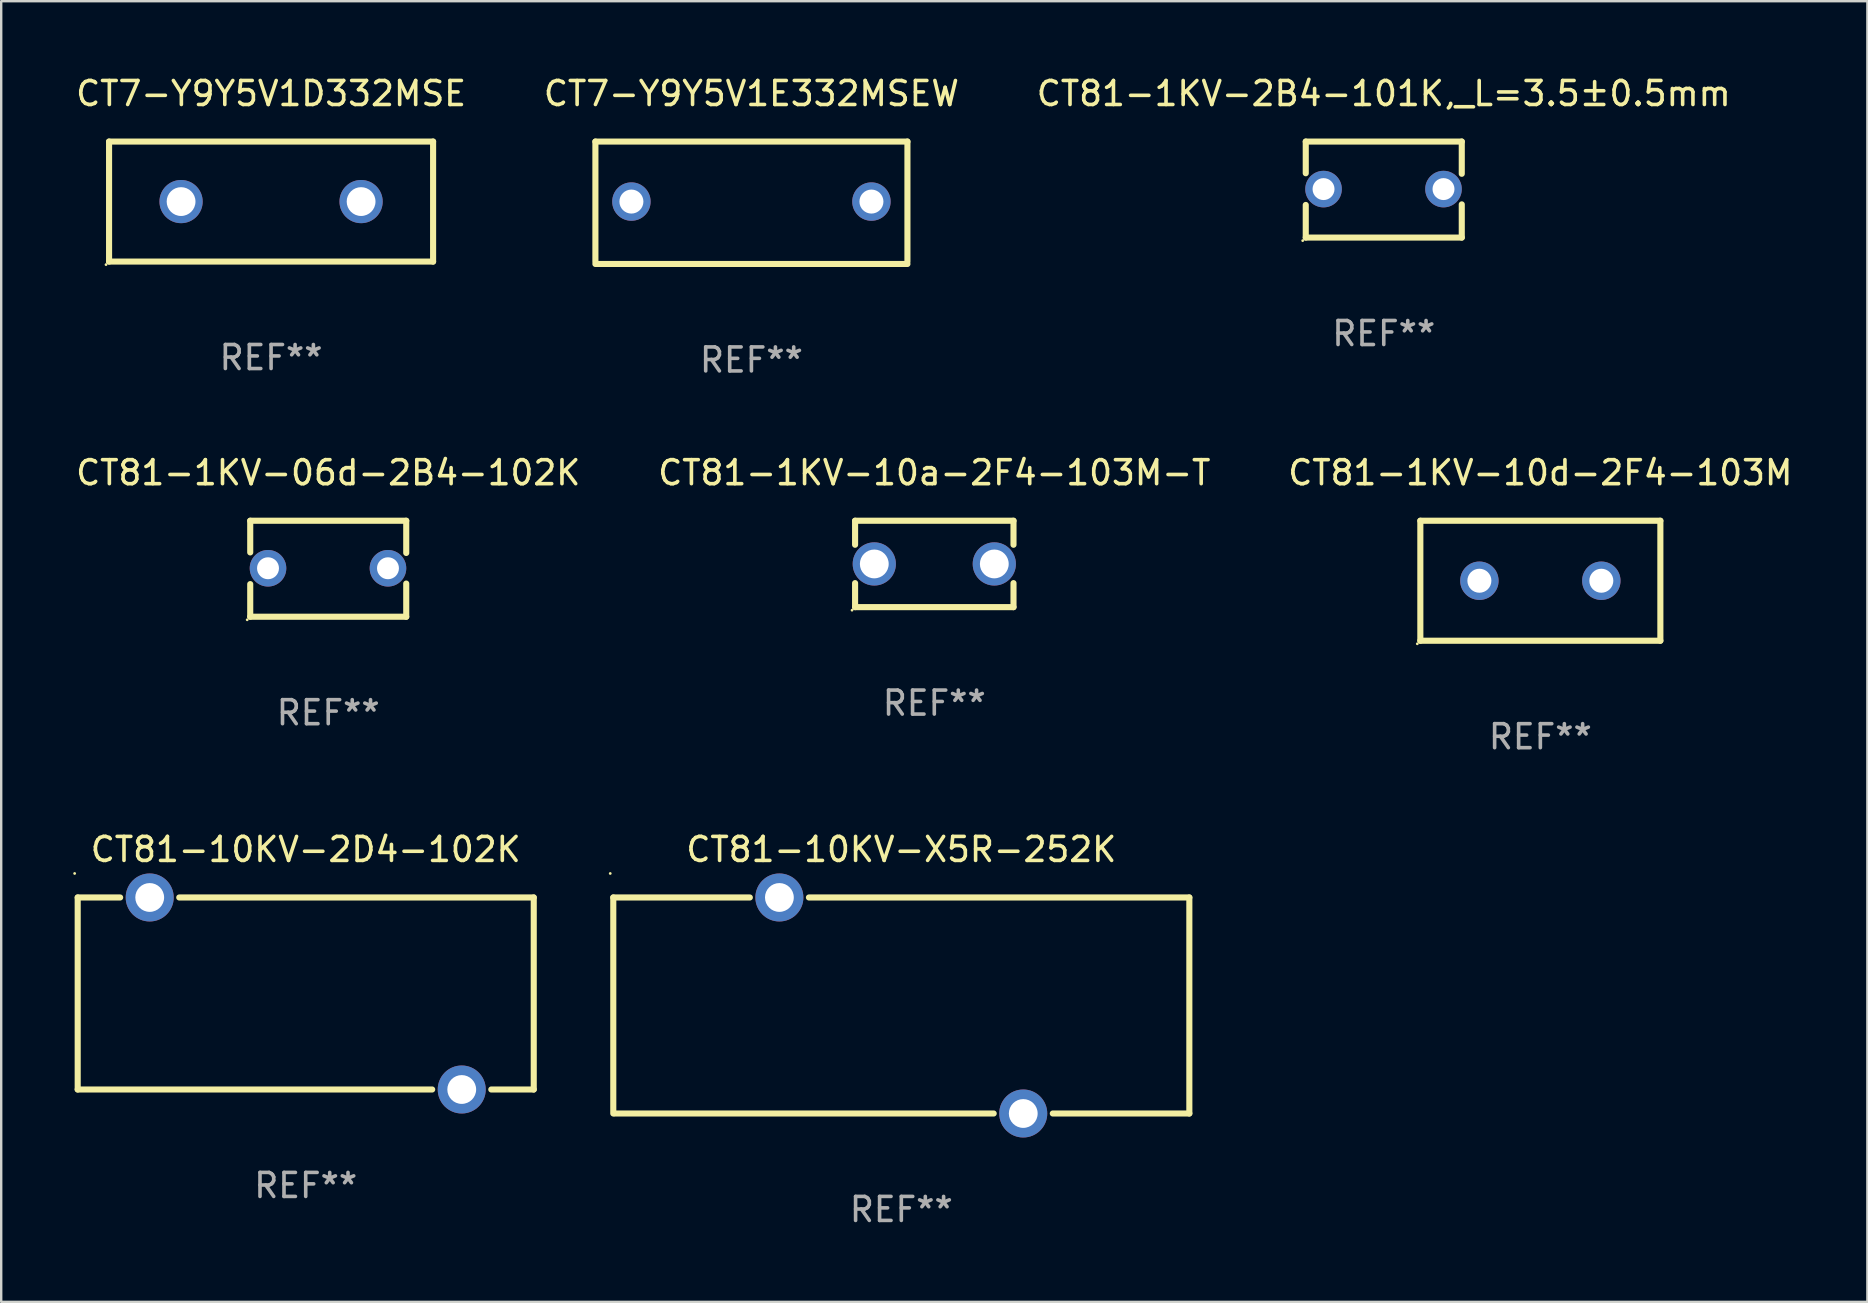
<source format=kicad_pcb>
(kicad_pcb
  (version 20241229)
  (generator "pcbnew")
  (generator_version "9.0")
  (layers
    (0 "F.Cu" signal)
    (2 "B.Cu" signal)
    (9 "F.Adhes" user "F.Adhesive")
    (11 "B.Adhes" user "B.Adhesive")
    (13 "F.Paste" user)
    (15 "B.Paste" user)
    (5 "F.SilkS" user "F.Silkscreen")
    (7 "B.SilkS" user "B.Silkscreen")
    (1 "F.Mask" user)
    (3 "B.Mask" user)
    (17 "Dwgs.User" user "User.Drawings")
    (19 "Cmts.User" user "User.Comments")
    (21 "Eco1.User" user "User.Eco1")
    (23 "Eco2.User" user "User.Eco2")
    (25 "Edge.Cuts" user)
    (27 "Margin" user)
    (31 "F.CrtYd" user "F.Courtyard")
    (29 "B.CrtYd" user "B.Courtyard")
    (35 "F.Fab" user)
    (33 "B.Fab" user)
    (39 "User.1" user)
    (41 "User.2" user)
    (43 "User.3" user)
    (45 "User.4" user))
  (footprint "CT81-10KV-X5R-252K"
    (layer "F.Cu")
    (at 34.501 38.841)
    (property "Reference" "CT81-10KV-X5R-252K" (at 0 -6.5 0) (layer "F.SilkS") (effects (font (size 1 1) (thickness 0.15))))
    (attr through_hole)
    (fp_line (start -12 -4.5) (end -6.311 -4.5) (stroke (width 0.254) (type solid)) (layer "F.SilkS"))
    (fp_line (start -12 4.5) (end -12 -4.5) (stroke (width 0.254) (type solid)) (layer "F.SilkS"))
    (fp_line (start -3.849 -4.5) (end 12 -4.5) (stroke (width 0.254) (type solid)) (layer "F.SilkS"))
    (fp_line (start 3.849 4.5) (end -11.938 4.5) (stroke (width 0.254) (type solid)) (layer "F.SilkS"))
    (fp_line (start 12 -4.5) (end 12 4.5) (stroke (width 0.254) (type solid)) (layer "F.SilkS"))
    (fp_line (start 12 4.5) (end 6.311 4.5) (stroke (width 0.254) (type solid)) (layer "F.SilkS"))
    (fp_circle (center -12.127 -5.5) (end -12.097 -5.5) (stroke (width 0.06) (type solid)) (fill no) (layer "F.SilkS"))
    (fp_text user "REF**" (at 0 8.5 0) (layer "F.Fab") (effects (font (size 1 1) (thickness 0.15))))
    (pad "1" thru_hole circle (at -5.08 -4.5) (size 2 2) (drill 1.2) (layers "*.Cu" "*.Mask"))
    (pad "2" thru_hole circle (at 5.08 4.5) (size 2 2) (drill 1.2) (layers "*.Cu" "*.Mask")))
  (footprint "CT7-Y9Y5V1D332MSE"
    (layer "F.Cu")
    (at 8.244 5.348)
    (property "Reference" "CT7-Y9Y5V1D332MSE" (at 0 -4.5 0) (layer "F.SilkS") (effects (font (size 1 1) (thickness 0.15))))
    (attr through_hole)
    (fp_line (start -6.75 -2.5) (end 6.75 -2.5) (stroke (width 0.254) (type solid)) (layer "F.SilkS"))
    (fp_line (start -6.75 2.5) (end -6.75 -2.5) (stroke (width 0.254) (type solid)) (layer "F.SilkS"))
    (fp_line (start 6.75 -2.5) (end 6.75 2.5) (stroke (width 0.254) (type solid)) (layer "F.SilkS"))
    (fp_line (start 6.75 2.5) (end -6.75 2.5) (stroke (width 0.254) (type solid)) (layer "F.SilkS"))
    (fp_circle (center -6.877 2.627) (end -6.847 2.627) (stroke (width 0.06) (type solid)) (fill no) (layer "F.SilkS"))
    (fp_text user "REF**" (at 0 6.5 0) (layer "F.Fab") (effects (font (size 1 1) (thickness 0.15))))
    (pad "1" thru_hole circle (at -3.75 0) (size 1.8 1.8) (drill 1.2) (layers "*.Cu" "*.Mask"))
    (pad "2" thru_hole circle (at 3.75 0) (size 1.8 1.8) (drill 1.2) (layers "*.Cu" "*.Mask")))
  (footprint "CT7-Y9Y5V1E332MSEW"
    (layer "F.Cu")
    (at 28.256 5.398)
    (property "Reference" "CT7-Y9Y5V1E332MSEW" (at 0 -4.55 0) (layer "F.SilkS") (effects (font (size 1 1) (thickness 0.15))))
    (attr through_hole)
    (fp_line (start -6.5 -2.55) (end 6.5 -2.55) (stroke (width 0.254) (type solid)) (layer "F.SilkS"))
    (fp_line (start -6.5 2.45) (end -6.5 -2.55) (stroke (width 0.254) (type solid)) (layer "F.SilkS"))
    (fp_line (start 6.5 -2.55) (end 6.5 2.45) (stroke (width 0.254) (type solid)) (layer "F.SilkS"))
    (fp_line (start 6.5 2.55) (end -6.5 2.55) (stroke (width 0.254) (type solid)) (layer "F.SilkS"))
    (fp_circle (center -6.5 2.45) (end -6.47 2.45) (stroke (width 0.06) (type solid)) (fill no) (layer "F.SilkS"))
    (fp_text user "REF**" (at 0 6.55 0) (layer "F.Fab") (effects (font (size 1 1) (thickness 0.15))))
    (pad "1" thru_hole circle (at -5 -0.05) (size 1.6 1.6) (drill 1) (layers "*.Cu" "*.Mask"))
    (pad "2" thru_hole circle (at 5 -0.05) (size 1.6 1.6) (drill 1) (layers "*.Cu" "*.Mask")))
  (footprint "CT81-1KV-2B4-101K,_L=3.5±0.5mm"
    (layer "F.Cu")
    (at 54.601 4.848)
    (property "Reference" "CT81-1KV-2B4-101K,_L=3.5±0.5mm" (at 0 -4 0) (layer "F.SilkS") (effects (font (size 1 1) (thickness 0.15))))
    (attr through_hole)
    (fp_line (start -3.25 -2) (end -3.25 -0.68) (stroke (width 0.254) (type solid)) (layer "F.SilkS"))
    (fp_line (start -3.25 -2) (end 3.25 -2) (stroke (width 0.254) (type solid)) (layer "F.SilkS"))
    (fp_line (start -3.25 0.64) (end -3.25 2) (stroke (width 0.254) (type solid)) (layer "F.SilkS"))
    (fp_line (start 3.25 -2) (end 3.25 -0.657) (stroke (width 0.254) (type solid)) (layer "F.SilkS"))
    (fp_line (start 3.25 0.617) (end 3.25 2) (stroke (width 0.254) (type solid)) (layer "F.SilkS"))
    (fp_line (start 3.25 2) (end -3.25 2) (stroke (width 0.254) (type solid)) (layer "F.SilkS"))
    (fp_circle (center -3.377 2.127) (end -3.347 2.127) (stroke (width 0.06) (type solid)) (fill no) (layer "F.SilkS"))
    (fp_text user "REF**" (at 0 6 0) (layer "F.Fab") (effects (font (size 1 1) (thickness 0.15))))
    (pad "1" thru_hole circle (at -2.509 -0.02) (size 1.524 1.524) (drill 0.914) (layers "*.Cu" "*.Mask"))
    (pad "2" thru_hole circle (at 2.489 -0.02) (size 1.524 1.524) (drill 0.914) (layers "*.Cu" "*.Mask")))
  (footprint "CT81-1KV-10d-2F4-103M"
    (layer "F.Cu")
    (at 61.125 21.145)
    (property "Reference" "CT81-1KV-10d-2F4-103M" (at 0 -4.5 0) (layer "F.SilkS") (effects (font (size 1 1) (thickness 0.15))))
    (attr through_hole)
    (fp_line (start -5 -2.5) (end -5 2.5) (stroke (width 0.254) (type solid)) (layer "F.SilkS"))
    (fp_line (start -5 -2.5) (end 5 -2.5) (stroke (width 0.254) (type solid)) (layer "F.SilkS"))
    (fp_line (start -5 2.5) (end 5 2.5) (stroke (width 0.254) (type solid)) (layer "F.SilkS"))
    (fp_line (start 5 -2.5) (end 5 2.5) (stroke (width 0.254) (type solid)) (layer "F.SilkS"))
    (fp_circle (center -5.127 2.627) (end -5.097 2.627) (stroke (width 0.06) (type solid)) (fill no) (layer "F.SilkS"))
    (fp_text user "REF**" (at 0 6.5 0) (layer "F.Fab") (effects (font (size 1 1) (thickness 0.15))))
    (pad "1" thru_hole circle (at -2.54 0) (size 1.6 1.6) (drill 1) (layers "*.Cu" "*.Mask"))
    (pad "2" thru_hole circle (at 2.54 0) (size 1.6 1.6) (drill 1) (layers "*.Cu" "*.Mask")))
  (footprint "CT81-1KV-06d-2B4-102K"
    (layer "F.Cu")
    (at 10.625 20.645)
    (property "Reference" "CT81-1KV-06d-2B4-102K" (at 0 -4 0) (layer "F.SilkS") (effects (font (size 1 1) (thickness 0.15))))
    (attr through_hole)
    (fp_line (start -3.25 -2) (end -3.25 -0.68) (stroke (width 0.254) (type solid)) (layer "F.SilkS"))
    (fp_line (start -3.25 -2) (end 3.25 -2) (stroke (width 0.254) (type solid)) (layer "F.SilkS"))
    (fp_line (start -3.25 0.64) (end -3.25 2) (stroke (width 0.254) (type solid)) (layer "F.SilkS"))
    (fp_line (start 3.25 -2) (end 3.25 -0.657) (stroke (width 0.254) (type solid)) (layer "F.SilkS"))
    (fp_line (start 3.25 0.617) (end 3.25 2) (stroke (width 0.254) (type solid)) (layer "F.SilkS"))
    (fp_line (start 3.25 2) (end -3.25 2) (stroke (width 0.254) (type solid)) (layer "F.SilkS"))
    (fp_circle (center -3.377 2.127) (end -3.347 2.127) (stroke (width 0.06) (type solid)) (fill no) (layer "F.SilkS"))
    (fp_text user "REF**" (at 0 6 0) (layer "F.Fab") (effects (font (size 1 1) (thickness 0.15))))
    (pad "1" thru_hole circle (at -2.509 -0.02) (size 1.524 1.524) (drill 0.914) (layers "*.Cu" "*.Mask"))
    (pad "2" thru_hole circle (at 2.489 -0.02) (size 1.524 1.524) (drill 0.914) (layers "*.Cu" "*.Mask")))
  (footprint "CT81-1KV-10a-2F4-103M-T"
    (layer "F.Cu")
    (at 35.875 20.445)
    (property "Reference" "CT81-1KV-10a-2F4-103M-T" (at 0 -3.8 0) (layer "F.SilkS") (effects (font (size 1 1) (thickness 0.15))))
    (attr through_hole)
    (fp_line (start -3.3 -1.8) (end -3.3 -0.799) (stroke (width 0.254) (type solid)) (layer "F.SilkS"))
    (fp_line (start -3.3 -1.8) (end 3.3 -1.8) (stroke (width 0.254) (type solid)) (layer "F.SilkS"))
    (fp_line (start -3.3 0.799) (end -3.3 1.8) (stroke (width 0.254) (type solid)) (layer "F.SilkS"))
    (fp_line (start 3.3 1.8) (end -3.3 1.8) (stroke (width 0.254) (type solid)) (layer "F.SilkS"))
    (fp_line (start 3.3 -1.8) (end 3.3 -0.799) (stroke (width 0.254) (type solid)) (layer "F.SilkS"))
    (fp_line (start 3.3 0.799) (end 3.3 1.8) (stroke (width 0.254) (type solid)) (layer "F.SilkS"))
    (fp_circle (center -3.427 1.927) (end -3.397 1.927) (stroke (width 0.06) (type solid)) (fill no) (layer "F.SilkS"))
    (fp_text user "REF**" (at 0 5.8 0) (layer "F.Fab") (effects (font (size 1 1) (thickness 0.15))))
    (pad "1" thru_hole circle (at -2.5 0) (size 1.8 1.8) (drill 1.2) (layers "*.Cu" "*.Mask"))
    (pad "2" thru_hole circle (at 2.5 0) (size 1.8 1.8) (drill 1.2) (layers "*.Cu" "*.Mask")))
  (footprint "CT81-10KV-2D4-102K"
    (layer "F.Cu")
    (at 9.687 38.341)
    (property "Reference" "CT81-10KV-2D4-102K" (at 0 -6 0) (layer "F.SilkS") (effects (font (size 1 1) (thickness 0.15))))
    (attr through_hole)
    (fp_line (start -9.5 -4) (end -7.731 -4) (stroke (width 0.254) (type solid)) (layer "F.SilkS"))
    (fp_line (start -9.5 4) (end -9.5 -4) (stroke (width 0.254) (type solid)) (layer "F.SilkS"))
    (fp_line (start -5.269 -4) (end 9.5 -4) (stroke (width 0.254) (type solid)) (layer "F.SilkS"))
    (fp_line (start 5.269 4) (end -9.5 4) (stroke (width 0.254) (type solid)) (layer "F.SilkS"))
    (fp_line (start 9.5 -4) (end 9.5 4) (stroke (width 0.254) (type solid)) (layer "F.SilkS"))
    (fp_line (start 9.5 4) (end 7.731 4) (stroke (width 0.254) (type solid)) (layer "F.SilkS"))
    (fp_circle (center -9.627 -5) (end -9.597 -5) (stroke (width 0.06) (type solid)) (fill no) (layer "F.SilkS"))
    (fp_text user "REF**" (at 0 8 0) (layer "F.Fab") (effects (font (size 1 1) (thickness 0.15))))
    (pad "1" thru_hole circle (at -6.5 -4) (size 2 2) (drill 1.2) (layers "*.Cu" "*.Mask"))
    (pad "2" thru_hole circle (at 6.5 4) (size 2 2) (drill 1.2) (layers "*.Cu" "*.Mask")))
  (gr_rect
    (start -3 -3)
    (end 74.75 51.189)
    (stroke (width 0.1) (type default))
    (fill no)
    (layer "Edge.Cuts")))
</source>
